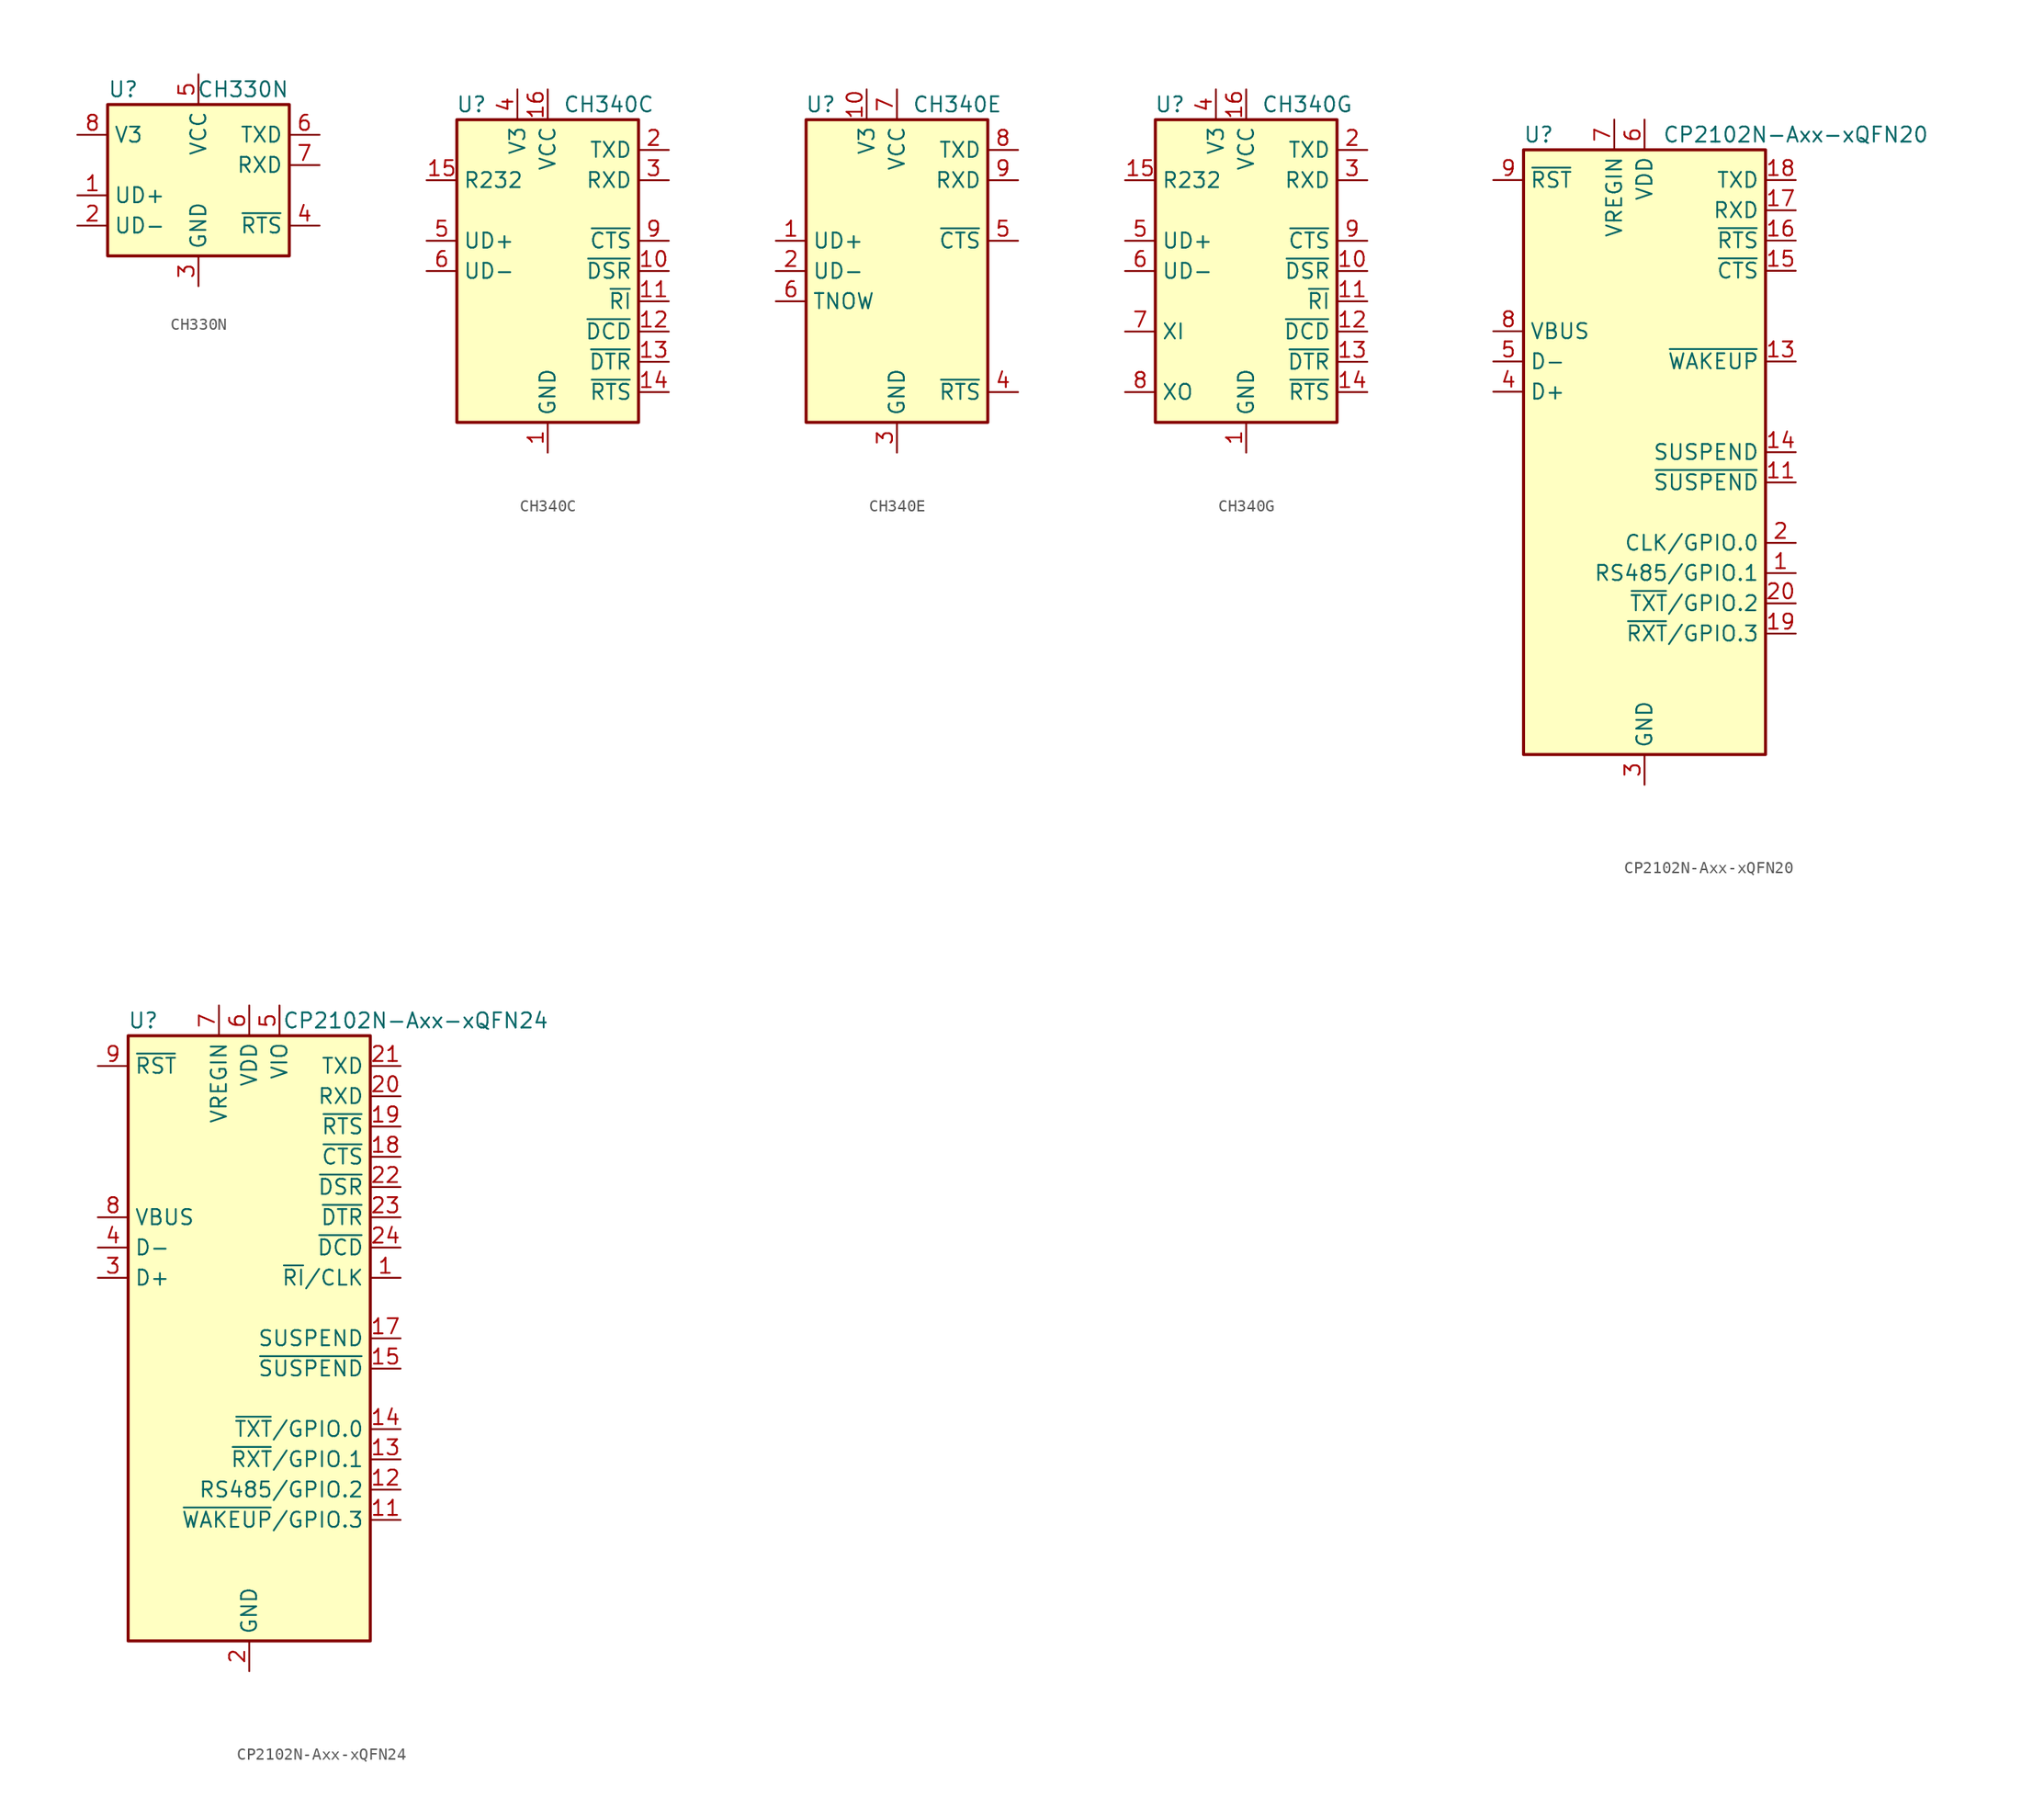
<source format=kicad_sym>
(kicad_symbol_lib
  (version 20211014)
  (generator kicad_symbol_editor)
  (symbol "CH330N"
    (property "Reference" "U"
      (at -7.62 6.35 0)
      (effects (font (size 1.27 1.27)) (justify left)))
    (property "Value" "CH330N"
      (at 7.62 6.35 0)
      (effects (font (size 1.27 1.27)) (justify right)))
    (symbol "CH330N_0_1"
      (rectangle (start -7.62 5.08) (end 7.62 -7.62) (stroke (width 0.254) (type default) (color 0 0 0 0)) (fill (type background))))
    (symbol "CH330N_1_1"
      (pin bidirectional line (at -10.16 -2.54 0) (length 2.54) (name "UD+" (effects (font (size 1.27 1.27)))) (number "1" (effects (font (size 1.27 1.27)))))
      (pin bidirectional line (at -10.16 -5.08 0) (length 2.54) (name "UD-" (effects (font (size 1.27 1.27)))) (number "2" (effects (font (size 1.27 1.27)))))
      (pin power_in line (at 0 -10.16 90) (length 2.54) (name "GND" (effects (font (size 1.27 1.27)))) (number "3" (effects (font (size 1.27 1.27)))))
      (pin output line (at 10.16 -5.08 180) (length 2.54) (name "~{RTS}" (effects (font (size 1.27 1.27)))) (number "4" (effects (font (size 1.27 1.27)))))
      (pin power_in line (at 0 7.62 270) (length 2.54) (name "VCC" (effects (font (size 1.27 1.27)))) (number "5" (effects (font (size 1.27 1.27)))))
      (pin output line (at 10.16 2.54 180) (length 2.54) (name "TXD" (effects (font (size 1.27 1.27)))) (number "6" (effects (font (size 1.27 1.27)))))
      (pin input line (at 10.16 0 180) (length 2.54) (name "RXD" (effects (font (size 1.27 1.27)))) (number "7" (effects (font (size 1.27 1.27)))))
      (pin passive line (at -10.16 2.54 0) (length 2.54) (name "V3" (effects (font (size 1.27 1.27)))) (number "8" (effects (font (size 1.27 1.27)))))))
  (symbol "CH340C"
    (property "Reference" "U"
      (at -5.08 13.97 0)
      (effects (font (size 1.27 1.27)) (justify right)))
    (property "Value" "CH340C"
      (at 1.27 13.97 0)
      (effects (font (size 1.27 1.27)) (justify left)))
    (symbol "CH340C_0_1"
      (rectangle (start -7.62 12.7) (end 7.62 -12.7) (stroke (width 0.254) (type default) (color 0 0 0 0)) (fill (type background))))
    (symbol "CH340C_1_1"
      (pin power_in line (at 0 -15.24 90) (length 2.54) (name "GND" (effects (font (size 1.27 1.27)))) (number "1" (effects (font (size 1.27 1.27)))))
      (pin input line (at 10.16 0 180) (length 2.54) (name "~{DSR}" (effects (font (size 1.27 1.27)))) (number "10" (effects (font (size 1.27 1.27)))))
      (pin input line (at 10.16 -2.54 180) (length 2.54) (name "~{RI}" (effects (font (size 1.27 1.27)))) (number "11" (effects (font (size 1.27 1.27)))))
      (pin input line (at 10.16 -5.08 180) (length 2.54) (name "~{DCD}" (effects (font (size 1.27 1.27)))) (number "12" (effects (font (size 1.27 1.27)))))
      (pin output line (at 10.16 -7.62 180) (length 2.54) (name "~{DTR}" (effects (font (size 1.27 1.27)))) (number "13" (effects (font (size 1.27 1.27)))))
      (pin output line (at 10.16 -10.16 180) (length 2.54) (name "~{RTS}" (effects (font (size 1.27 1.27)))) (number "14" (effects (font (size 1.27 1.27)))))
      (pin input line (at -10.16 7.62 0) (length 2.54) (name "R232" (effects (font (size 1.27 1.27)))) (number "15" (effects (font (size 1.27 1.27)))))
      (pin power_in line (at 0 15.24 270) (length 2.54) (name "VCC" (effects (font (size 1.27 1.27)))) (number "16" (effects (font (size 1.27 1.27)))))
      (pin output line (at 10.16 10.16 180) (length 2.54) (name "TXD" (effects (font (size 1.27 1.27)))) (number "2" (effects (font (size 1.27 1.27)))))
      (pin input line (at 10.16 7.62 180) (length 2.54) (name "RXD" (effects (font (size 1.27 1.27)))) (number "3" (effects (font (size 1.27 1.27)))))
      (pin passive line (at -2.54 15.24 270) (length 2.54) (name "V3" (effects (font (size 1.27 1.27)))) (number "4" (effects (font (size 1.27 1.27)))))
      (pin bidirectional line (at -10.16 2.54 0) (length 2.54) (name "UD+" (effects (font (size 1.27 1.27)))) (number "5" (effects (font (size 1.27 1.27)))))
      (pin bidirectional line (at -10.16 0 0) (length 2.54) (name "UD-" (effects (font (size 1.27 1.27)))) (number "6" (effects (font (size 1.27 1.27)))))
      (pin no_connect line (at -7.62 -7.62 0) (length 2.54) hide (name "NC" (effects (font (size 1.27 1.27)))) (number "7" (effects (font (size 1.27 1.27)))))
      (pin no_connect line (at -7.62 -10.16 0) (length 2.54) hide (name "NC" (effects (font (size 1.27 1.27)))) (number "8" (effects (font (size 1.27 1.27)))))
      (pin input line (at 10.16 2.54 180) (length 2.54) (name "~{CTS}" (effects (font (size 1.27 1.27)))) (number "9" (effects (font (size 1.27 1.27)))))))
  (symbol "CH340E"
    (property "Reference" "U"
      (at -5.08 13.97 0)
      (effects (font (size 1.27 1.27)) (justify right)))
    (property "Value" "CH340E"
      (at 1.27 13.97 0)
      (effects (font (size 1.27 1.27)) (justify left)))
    (symbol "CH340E_0_1"
      (rectangle (start -7.62 12.7) (end 7.62 -12.7) (stroke (width 0.254) (type default) (color 0 0 0 0)) (fill (type background))))
    (symbol "CH340E_1_1"
      (pin bidirectional line (at -10.16 2.54 0) (length 2.54) (name "UD+" (effects (font (size 1.27 1.27)))) (number "1" (effects (font (size 1.27 1.27)))))
      (pin passive line (at -2.54 15.24 270) (length 2.54) (name "V3" (effects (font (size 1.27 1.27)))) (number "10" (effects (font (size 1.27 1.27)))))
      (pin bidirectional line (at -10.16 0 0) (length 2.54) (name "UD-" (effects (font (size 1.27 1.27)))) (number "2" (effects (font (size 1.27 1.27)))))
      (pin power_in line (at 0 -15.24 90) (length 2.54) (name "GND" (effects (font (size 1.27 1.27)))) (number "3" (effects (font (size 1.27 1.27)))))
      (pin output line (at 10.16 -10.16 180) (length 2.54) (name "~{RTS}" (effects (font (size 1.27 1.27)))) (number "4" (effects (font (size 1.27 1.27)))))
      (pin input line (at 10.16 2.54 180) (length 2.54) (name "~{CTS}" (effects (font (size 1.27 1.27)))) (number "5" (effects (font (size 1.27 1.27)))))
      (pin output line (at -10.16 -2.54 0) (length 2.54) (name "TNOW" (effects (font (size 1.27 1.27)))) (number "6" (effects (font (size 1.27 1.27)))))
      (pin power_in line (at 0 15.24 270) (length 2.54) (name "VCC" (effects (font (size 1.27 1.27)))) (number "7" (effects (font (size 1.27 1.27)))))
      (pin output line (at 10.16 10.16 180) (length 2.54) (name "TXD" (effects (font (size 1.27 1.27)))) (number "8" (effects (font (size 1.27 1.27)))))
      (pin input line (at 10.16 7.62 180) (length 2.54) (name "RXD" (effects (font (size 1.27 1.27)))) (number "9" (effects (font (size 1.27 1.27)))))))
  (symbol "CH340G"
    (property "Reference" "U"
      (at -5.08 13.97 0)
      (effects (font (size 1.27 1.27)) (justify right)))
    (property "Value" "CH340G"
      (at 1.27 13.97 0)
      (effects (font (size 1.27 1.27)) (justify left)))
    (symbol "CH340G_0_1"
      (rectangle (start -7.62 12.7) (end 7.62 -12.7) (stroke (width 0.254) (type default) (color 0 0 0 0)) (fill (type background))))
    (symbol "CH340G_1_1"
      (pin power_in line (at 0 -15.24 90) (length 2.54) (name "GND" (effects (font (size 1.27 1.27)))) (number "1" (effects (font (size 1.27 1.27)))))
      (pin input line (at 10.16 0 180) (length 2.54) (name "~{DSR}" (effects (font (size 1.27 1.27)))) (number "10" (effects (font (size 1.27 1.27)))))
      (pin input line (at 10.16 -2.54 180) (length 2.54) (name "~{RI}" (effects (font (size 1.27 1.27)))) (number "11" (effects (font (size 1.27 1.27)))))
      (pin input line (at 10.16 -5.08 180) (length 2.54) (name "~{DCD}" (effects (font (size 1.27 1.27)))) (number "12" (effects (font (size 1.27 1.27)))))
      (pin output line (at 10.16 -7.62 180) (length 2.54) (name "~{DTR}" (effects (font (size 1.27 1.27)))) (number "13" (effects (font (size 1.27 1.27)))))
      (pin output line (at 10.16 -10.16 180) (length 2.54) (name "~{RTS}" (effects (font (size 1.27 1.27)))) (number "14" (effects (font (size 1.27 1.27)))))
      (pin input line (at -10.16 7.62 0) (length 2.54) (name "R232" (effects (font (size 1.27 1.27)))) (number "15" (effects (font (size 1.27 1.27)))))
      (pin power_in line (at 0 15.24 270) (length 2.54) (name "VCC" (effects (font (size 1.27 1.27)))) (number "16" (effects (font (size 1.27 1.27)))))
      (pin output line (at 10.16 10.16 180) (length 2.54) (name "TXD" (effects (font (size 1.27 1.27)))) (number "2" (effects (font (size 1.27 1.27)))))
      (pin input line (at 10.16 7.62 180) (length 2.54) (name "RXD" (effects (font (size 1.27 1.27)))) (number "3" (effects (font (size 1.27 1.27)))))
      (pin passive line (at -2.54 15.24 270) (length 2.54) (name "V3" (effects (font (size 1.27 1.27)))) (number "4" (effects (font (size 1.27 1.27)))))
      (pin bidirectional line (at -10.16 2.54 0) (length 2.54) (name "UD+" (effects (font (size 1.27 1.27)))) (number "5" (effects (font (size 1.27 1.27)))))
      (pin bidirectional line (at -10.16 0 0) (length 2.54) (name "UD-" (effects (font (size 1.27 1.27)))) (number "6" (effects (font (size 1.27 1.27)))))
      (pin input line (at -10.16 -5.08 0) (length 2.54) (name "XI" (effects (font (size 1.27 1.27)))) (number "7" (effects (font (size 1.27 1.27)))))
      (pin output line (at -10.16 -10.16 0) (length 2.54) (name "XO" (effects (font (size 1.27 1.27)))) (number "8" (effects (font (size 1.27 1.27)))))
      (pin input line (at 10.16 2.54 180) (length 2.54) (name "~{CTS}" (effects (font (size 1.27 1.27)))) (number "9" (effects (font (size 1.27 1.27)))))))
  (symbol "CP2102N-Axx-xQFN20"
    (property "Reference" "U"
      (at -8.89 26.67 0)
      (effects (font (size 1.27 1.27))))
    (property "Value" "CP2102N-Axx-xQFN20"
      (at 12.7 26.67 0)
      (effects (font (size 1.27 1.27))))
    (symbol "CP2102N-Axx-xQFN20_0_1"
      (rectangle (start -10.16 25.4) (end 10.16 -25.4) (stroke (width 0.254) (type default) (color 0 0 0 0)) (fill (type background))))
    (symbol "CP2102N-Axx-xQFN20_1_1"
      (pin bidirectional line (at 12.7 -10.16 180) (length 2.54) (name "RS485/GPIO.1" (effects (font (size 1.27 1.27)))) (number "1" (effects (font (size 1.27 1.27)))))
      (pin no_connect line (at -10.16 -22.86 0) (length 2.54) hide (name "NC" (effects (font (size 1.27 1.27)))) (number "10" (effects (font (size 1.27 1.27)))))
      (pin output line (at 12.7 -2.54 180) (length 2.54) (name "~{SUSPEND}" (effects (font (size 1.27 1.27)))) (number "11" (effects (font (size 1.27 1.27)))))
      (pin passive line (at 0 -27.94 90) (length 2.54) hide (name "GND" (effects (font (size 1.27 1.27)))) (number "12" (effects (font (size 1.27 1.27)))))
      (pin input line (at 12.7 7.62 180) (length 2.54) (name "~{WAKEUP}" (effects (font (size 1.27 1.27)))) (number "13" (effects (font (size 1.27 1.27)))))
      (pin output line (at 12.7 0 180) (length 2.54) (name "SUSPEND" (effects (font (size 1.27 1.27)))) (number "14" (effects (font (size 1.27 1.27)))))
      (pin input line (at 12.7 15.24 180) (length 2.54) (name "~{CTS}" (effects (font (size 1.27 1.27)))) (number "15" (effects (font (size 1.27 1.27)))))
      (pin output line (at 12.7 17.78 180) (length 2.54) (name "~{RTS}" (effects (font (size 1.27 1.27)))) (number "16" (effects (font (size 1.27 1.27)))))
      (pin input line (at 12.7 20.32 180) (length 2.54) (name "RXD" (effects (font (size 1.27 1.27)))) (number "17" (effects (font (size 1.27 1.27)))))
      (pin output line (at 12.7 22.86 180) (length 2.54) (name "TXD" (effects (font (size 1.27 1.27)))) (number "18" (effects (font (size 1.27 1.27)))))
      (pin bidirectional line (at 12.7 -15.24 180) (length 2.54) (name "~{RXT}/GPIO.3" (effects (font (size 1.27 1.27)))) (number "19" (effects (font (size 1.27 1.27)))))
      (pin bidirectional line (at 12.7 -7.62 180) (length 2.54) (name "CLK/GPIO.0" (effects (font (size 1.27 1.27)))) (number "2" (effects (font (size 1.27 1.27)))))
      (pin bidirectional line (at 12.7 -12.7 180) (length 2.54) (name "~{TXT}/GPIO.2" (effects (font (size 1.27 1.27)))) (number "20" (effects (font (size 1.27 1.27)))))
      (pin passive line (at 0 -27.94 90) (length 2.54) hide (name "GND" (effects (font (size 1.27 1.27)))) (number "21" (effects (font (size 1.27 1.27)))))
      (pin power_in line (at 0 -27.94 90) (length 2.54) (name "GND" (effects (font (size 1.27 1.27)))) (number "3" (effects (font (size 1.27 1.27)))))
      (pin bidirectional line (at -12.7 5.08 0) (length 2.54) (name "D+" (effects (font (size 1.27 1.27)))) (number "4" (effects (font (size 1.27 1.27)))))
      (pin bidirectional line (at -12.7 7.62 0) (length 2.54) (name "D-" (effects (font (size 1.27 1.27)))) (number "5" (effects (font (size 1.27 1.27)))))
      (pin power_in line (at 0 27.94 270) (length 2.54) (name "VDD" (effects (font (size 1.27 1.27)))) (number "6" (effects (font (size 1.27 1.27)))))
      (pin power_in line (at -2.54 27.94 270) (length 2.54) (name "VREGIN" (effects (font (size 1.27 1.27)))) (number "7" (effects (font (size 1.27 1.27)))))
      (pin input line (at -12.7 10.16 0) (length 2.54) (name "VBUS" (effects (font (size 1.27 1.27)))) (number "8" (effects (font (size 1.27 1.27)))))
      (pin input line (at -12.7 22.86 0) (length 2.54) (name "~{RST}" (effects (font (size 1.27 1.27)))) (number "9" (effects (font (size 1.27 1.27)))))))
  (symbol "CP2102N-Axx-xQFN24"
    (property "Reference" "U"
      (at -8.89 26.67 0)
      (effects (font (size 1.27 1.27))))
    (property "Value" "CP2102N-Axx-xQFN24"
      (at 13.97 26.67 0)
      (effects (font (size 1.27 1.27))))
    (symbol "CP2102N-Axx-xQFN24_0_1"
      (rectangle (start -10.16 25.4) (end 10.16 -25.4) (stroke (width 0.254) (type default) (color 0 0 0 0)) (fill (type background))))
    (symbol "CP2102N-Axx-xQFN24_1_1"
      (pin bidirectional line (at 12.7 5.08 180) (length 2.54) (name "~{RI}/CLK" (effects (font (size 1.27 1.27)))) (number "1" (effects (font (size 1.27 1.27)))))
      (pin no_connect line (at -10.16 -22.86 0) (length 2.54) hide (name "NC" (effects (font (size 1.27 1.27)))) (number "10" (effects (font (size 1.27 1.27)))))
      (pin bidirectional line (at 12.7 -15.24 180) (length 2.54) (name "~{WAKEUP}/GPIO.3" (effects (font (size 1.27 1.27)))) (number "11" (effects (font (size 1.27 1.27)))))
      (pin bidirectional line (at 12.7 -12.7 180) (length 2.54) (name "RS485/GPIO.2" (effects (font (size 1.27 1.27)))) (number "12" (effects (font (size 1.27 1.27)))))
      (pin bidirectional line (at 12.7 -10.16 180) (length 2.54) (name "~{RXT}/GPIO.1" (effects (font (size 1.27 1.27)))) (number "13" (effects (font (size 1.27 1.27)))))
      (pin bidirectional line (at 12.7 -7.62 180) (length 2.54) (name "~{TXT}/GPIO.0" (effects (font (size 1.27 1.27)))) (number "14" (effects (font (size 1.27 1.27)))))
      (pin output line (at 12.7 -2.54 180) (length 2.54) (name "~{SUSPEND}" (effects (font (size 1.27 1.27)))) (number "15" (effects (font (size 1.27 1.27)))))
      (pin no_connect line (at 10.16 -22.86 180) (length 2.54) hide (name "NC" (effects (font (size 1.27 1.27)))) (number "16" (effects (font (size 1.27 1.27)))))
      (pin output line (at 12.7 0 180) (length 2.54) (name "SUSPEND" (effects (font (size 1.27 1.27)))) (number "17" (effects (font (size 1.27 1.27)))))
      (pin input line (at 12.7 15.24 180) (length 2.54) (name "~{CTS}" (effects (font (size 1.27 1.27)))) (number "18" (effects (font (size 1.27 1.27)))))
      (pin output line (at 12.7 17.78 180) (length 2.54) (name "~{RTS}" (effects (font (size 1.27 1.27)))) (number "19" (effects (font (size 1.27 1.27)))))
      (pin power_in line (at 0 -27.94 90) (length 2.54) (name "GND" (effects (font (size 1.27 1.27)))) (number "2" (effects (font (size 1.27 1.27)))))
      (pin input line (at 12.7 20.32 180) (length 2.54) (name "RXD" (effects (font (size 1.27 1.27)))) (number "20" (effects (font (size 1.27 1.27)))))
      (pin output line (at 12.7 22.86 180) (length 2.54) (name "TXD" (effects (font (size 1.27 1.27)))) (number "21" (effects (font (size 1.27 1.27)))))
      (pin input line (at 12.7 12.7 180) (length 2.54) (name "~{DSR}" (effects (font (size 1.27 1.27)))) (number "22" (effects (font (size 1.27 1.27)))))
      (pin output line (at 12.7 10.16 180) (length 2.54) (name "~{DTR}" (effects (font (size 1.27 1.27)))) (number "23" (effects (font (size 1.27 1.27)))))
      (pin input line (at 12.7 7.62 180) (length 2.54) (name "~{DCD}" (effects (font (size 1.27 1.27)))) (number "24" (effects (font (size 1.27 1.27)))))
      (pin passive line (at 0 -27.94 90) (length 2.54) hide (name "GND" (effects (font (size 1.27 1.27)))) (number "25" (effects (font (size 1.27 1.27)))))
      (pin bidirectional line (at -12.7 5.08 0) (length 2.54) (name "D+" (effects (font (size 1.27 1.27)))) (number "3" (effects (font (size 1.27 1.27)))))
      (pin bidirectional line (at -12.7 7.62 0) (length 2.54) (name "D-" (effects (font (size 1.27 1.27)))) (number "4" (effects (font (size 1.27 1.27)))))
      (pin power_in line (at 2.54 27.94 270) (length 2.54) (name "VIO" (effects (font (size 1.27 1.27)))) (number "5" (effects (font (size 1.27 1.27)))))
      (pin power_in line (at 0 27.94 270) (length 2.54) (name "VDD" (effects (font (size 1.27 1.27)))) (number "6" (effects (font (size 1.27 1.27)))))
      (pin power_in line (at -2.54 27.94 270) (length 2.54) (name "VREGIN" (effects (font (size 1.27 1.27)))) (number "7" (effects (font (size 1.27 1.27)))))
      (pin input line (at -12.7 10.16 0) (length 2.54) (name "VBUS" (effects (font (size 1.27 1.27)))) (number "8" (effects (font (size 1.27 1.27)))))
      (pin input line (at -12.7 22.86 0) (length 2.54) (name "~{RST}" (effects (font (size 1.27 1.27)))) (number "9" (effects (font (size 1.27 1.27))))))))
</source>
